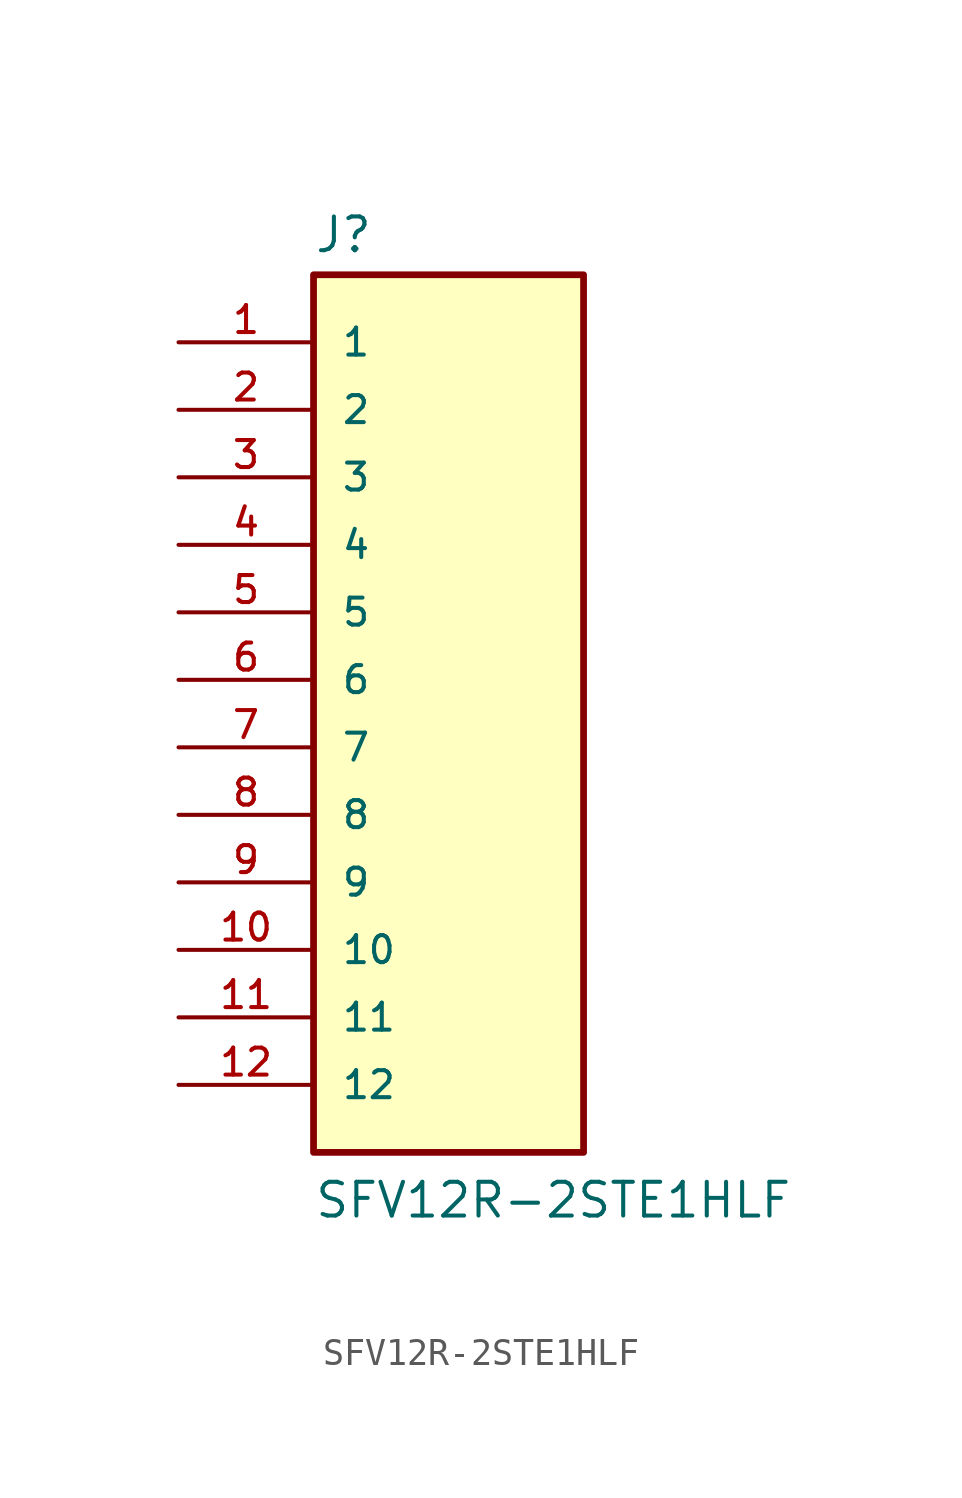
<source format=kicad_sym>
(kicad_symbol_lib
  (version 20211014)
  (generator kicad_symbol_editor)
  (symbol "SFV12R-2STE1HLF"
    (pin_names
      (offset 1.016))
    (property "Reference" "J"
      (at -5.08 18.542 0)
      (effects (font (size 1.27 1.27)) (justify bottom left)))
    (property "Value" "SFV12R-2STE1HLF"
      (at -5.08 -17.78 0)
      (effects (font (size 1.27 1.27)) (justify bottom left)))
    (symbol "SFV12R-2STE1HLF_0_0"
      (rectangle (start -5.08 -15.24) (end 5.08 17.78) (stroke (width 0.254)) (fill (type background)))
      (pin passive line (at -10.16 15.24 0) (length 5.08) (name "1" (effects (font (size 1.016 1.016)))) (number "1" (effects (font (size 1.016 1.016)))))
      (pin passive line (at -10.16 12.7 0) (length 5.08) (name "2" (effects (font (size 1.016 1.016)))) (number "2" (effects (font (size 1.016 1.016)))))
      (pin passive line (at -10.16 10.16 0) (length 5.08) (name "3" (effects (font (size 1.016 1.016)))) (number "3" (effects (font (size 1.016 1.016)))))
      (pin passive line (at -10.16 7.62 0) (length 5.08) (name "4" (effects (font (size 1.016 1.016)))) (number "4" (effects (font (size 1.016 1.016)))))
      (pin passive line (at -10.16 5.08 0) (length 5.08) (name "5" (effects (font (size 1.016 1.016)))) (number "5" (effects (font (size 1.016 1.016)))))
      (pin passive line (at -10.16 2.54 0) (length 5.08) (name "6" (effects (font (size 1.016 1.016)))) (number "6" (effects (font (size 1.016 1.016)))))
      (pin passive line (at -10.16 0.0 0) (length 5.08) (name "7" (effects (font (size 1.016 1.016)))) (number "7" (effects (font (size 1.016 1.016)))))
      (pin passive line (at -10.16 -2.54 0) (length 5.08) (name "8" (effects (font (size 1.016 1.016)))) (number "8" (effects (font (size 1.016 1.016)))))
      (pin passive line (at -10.16 -5.08 0) (length 5.08) (name "9" (effects (font (size 1.016 1.016)))) (number "9" (effects (font (size 1.016 1.016)))))
      (pin passive line (at -10.16 -7.62 0) (length 5.08) (name "10" (effects (font (size 1.016 1.016)))) (number "10" (effects (font (size 1.016 1.016)))))
      (pin passive line (at -10.16 -10.16 0) (length 5.08) (name "11" (effects (font (size 1.016 1.016)))) (number "11" (effects (font (size 1.016 1.016)))))
      (pin passive line (at -10.16 -12.7 0) (length 5.08) (name "12" (effects (font (size 1.016 1.016)))) (number "12" (effects (font (size 1.016 1.016))))))))
</source>
